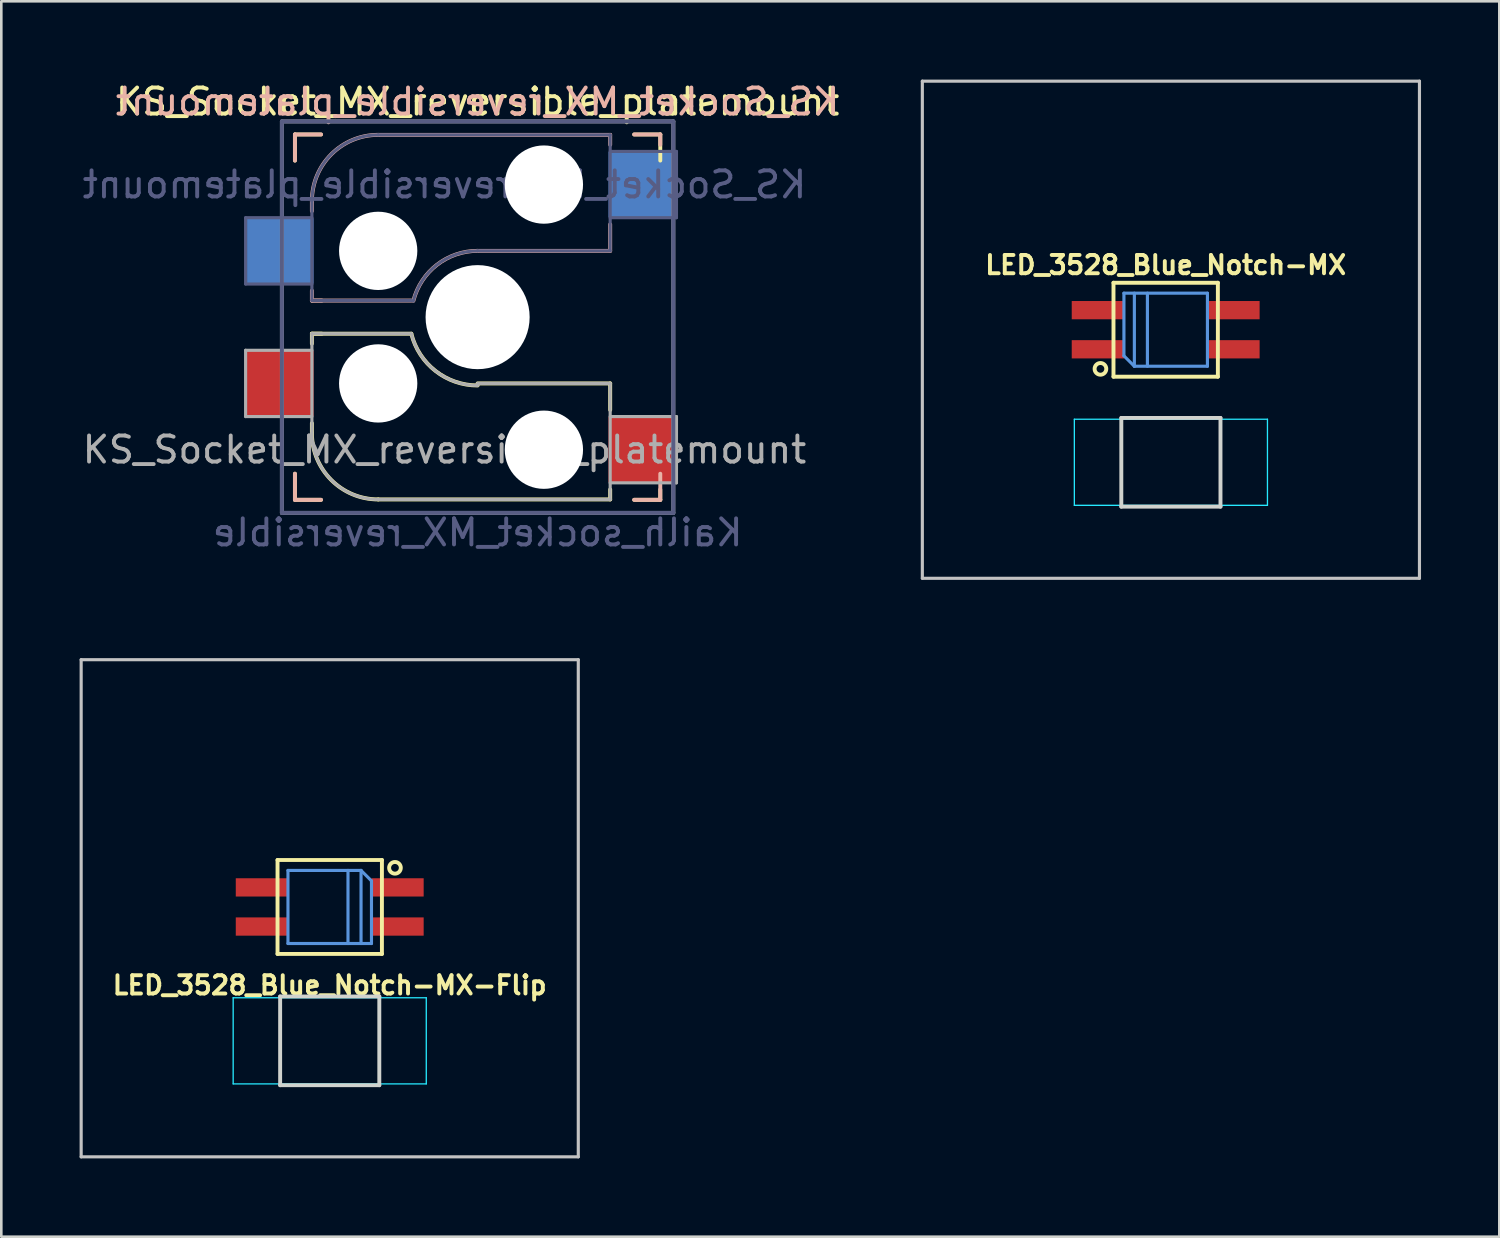
<source format=kicad_pcb>
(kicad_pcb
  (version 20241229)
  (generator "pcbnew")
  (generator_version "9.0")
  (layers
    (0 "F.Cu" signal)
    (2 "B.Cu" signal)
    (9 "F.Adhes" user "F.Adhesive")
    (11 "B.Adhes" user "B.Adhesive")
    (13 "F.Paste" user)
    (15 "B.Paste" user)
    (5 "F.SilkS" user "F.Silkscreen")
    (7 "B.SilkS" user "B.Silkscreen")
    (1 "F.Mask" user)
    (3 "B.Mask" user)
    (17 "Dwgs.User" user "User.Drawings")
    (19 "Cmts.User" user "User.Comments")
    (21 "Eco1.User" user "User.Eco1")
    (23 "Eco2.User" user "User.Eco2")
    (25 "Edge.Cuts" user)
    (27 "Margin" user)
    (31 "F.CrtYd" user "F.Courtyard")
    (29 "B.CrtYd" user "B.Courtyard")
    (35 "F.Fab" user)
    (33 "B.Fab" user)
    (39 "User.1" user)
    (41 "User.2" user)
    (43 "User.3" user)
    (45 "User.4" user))
  (footprint "KS_Socket_MX_reversible_platemount"
    (layer "F.Cu")
    (at 15.252 9.103)
    (property "Reference" "KS_Socket_MX_reversible_platemount" (at 0 -8.255 0) (layer "F.SilkS") (effects (font (size 1 1) (thickness 0.15))))
    (property "Value" "Kailh_socket_MX_reversible" (at 0 8.255 0) (layer "F.Fab") (hide yes) (effects (font (size 1 1) (thickness 0.15))))
    (attr smd)
    (fp_line (start -7 -7) (end -6 -7) (stroke (width 0.15) (type solid)) (layer "F.SilkS"))
    (fp_line (start -7 -6) (end -7 -7) (stroke (width 0.15) (type solid)) (layer "F.SilkS"))
    (fp_line (start -7 7) (end -7 6) (stroke (width 0.15) (type solid)) (layer "F.SilkS"))
    (fp_line (start -6.35 0.635) (end -5.969 0.635) (stroke (width 0.15) (type solid)) (layer "F.SilkS"))
    (fp_line (start -6.35 0.635) (end -2.54 0.635) (stroke (width 0.15) (type solid)) (layer "F.SilkS"))
    (fp_line (start -6.35 1.016) (end -6.35 0.635) (stroke (width 0.15) (type solid)) (layer "F.SilkS"))
    (fp_line (start -6.35 4.445) (end -6.35 4.064) (stroke (width 0.15) (type solid)) (layer "F.SilkS"))
    (fp_line (start -6 7) (end -7 7) (stroke (width 0.15) (type solid)) (layer "F.SilkS"))
    (fp_line (start 0 2.54) (end 5.08 2.54) (stroke (width 0.15) (type solid)) (layer "F.SilkS"))
    (fp_line (start 5.08 2.54) (end 5.08 3.556) (stroke (width 0.15) (type solid)) (layer "F.SilkS"))
    (fp_line (start 5.08 6.604) (end 5.08 6.985) (stroke (width 0.15) (type solid)) (layer "F.SilkS"))
    (fp_line (start 5.08 6.985) (end -3.81 6.985) (stroke (width 0.15) (type solid)) (layer "F.SilkS"))
    (fp_line (start 6 -7) (end 7 -7) (stroke (width 0.15) (type solid)) (layer "F.SilkS"))
    (fp_line (start 7 -7) (end 7 -6) (stroke (width 0.15) (type solid)) (layer "F.SilkS"))
    (fp_line (start 7 6.604) (end 7 7) (stroke (width 0.15) (type solid)) (layer "F.SilkS"))
    (fp_line (start 7 7) (end 6 7) (stroke (width 0.15) (type solid)) (layer "F.SilkS"))
    (fp_arc (start -3.81 6.985) (mid -5.606051 6.241051) (end -6.35 4.445) (stroke (width 0.15) (type solid)) (layer "F.SilkS"))
    (fp_arc (start -0.000001 2.618171) (mid -1.611255 2.063656) (end -2.539999 0.634999) (stroke (width 0.15) (type solid)) (layer "F.SilkS"))
    (fp_line (start -7 -7) (end -6 -7) (stroke (width 0.15) (type solid)) (layer "B.SilkS"))
    (fp_line (start -7 -6) (end -7 -7) (stroke (width 0.15) (type solid)) (layer "B.SilkS"))
    (fp_line (start -7 7) (end -7 6) (stroke (width 0.15) (type solid)) (layer "B.SilkS"))
    (fp_line (start -6.35 -4.445) (end -6.35 -4.064) (stroke (width 0.15) (type solid)) (layer "B.SilkS"))
    (fp_line (start -6.35 -1.016) (end -6.35 -0.635) (stroke (width 0.15) (type solid)) (layer "B.SilkS"))
    (fp_line (start -6.35 -0.635) (end -5.969 -0.635) (stroke (width 0.15) (type solid)) (layer "B.SilkS"))
    (fp_line (start -6.35 -0.635) (end -2.54 -0.635) (stroke (width 0.15) (type solid)) (layer "B.SilkS"))
    (fp_line (start -6 7) (end -7 7) (stroke (width 0.15) (type solid)) (layer "B.SilkS"))
    (fp_line (start 0 -2.54) (end 5.08 -2.54) (stroke (width 0.15) (type solid)) (layer "B.SilkS"))
    (fp_line (start 5.08 -6.985) (end -3.81 -6.985) (stroke (width 0.15) (type solid)) (layer "B.SilkS"))
    (fp_line (start 5.08 -6.604) (end 5.08 -6.985) (stroke (width 0.15) (type solid)) (layer "B.SilkS"))
    (fp_line (start 5.08 -2.54) (end 5.08 -3.556) (stroke (width 0.15) (type solid)) (layer "B.SilkS"))
    (fp_line (start 6 -7) (end 7 -7) (stroke (width 0.15) (type solid)) (layer "B.SilkS"))
    (fp_line (start 7 -7) (end 7 -6.604) (stroke (width 0.15) (type solid)) (layer "B.SilkS"))
    (fp_line (start 7 6) (end 7 7) (stroke (width 0.15) (type solid)) (layer "B.SilkS"))
    (fp_line (start 7 7) (end 6 7) (stroke (width 0.15) (type solid)) (layer "B.SilkS"))
    (fp_arc (start -6.35 -4.445) (mid -5.606051 -6.241051) (end -3.81 -6.985) (stroke (width 0.15) (type solid)) (layer "B.SilkS"))
    (fp_arc (start -2.461268 -0.627503) (mid -1.558484 -2.005674) (end 0 -2.54) (stroke (width 0.15) (type solid)) (layer "B.SilkS"))
    (fp_line (start -6.9 6.9) (end -6.9 -6.9) (stroke (width 0.15) (type solid)) (layer "Eco2.User"))
    (fp_line (start -6.9 6.9) (end 6.9 6.9) (stroke (width 0.15) (type solid)) (layer "Eco2.User"))
    (fp_line (start 6.9 -6.9) (end -6.9 -6.9) (stroke (width 0.15) (type solid)) (layer "Eco2.User"))
    (fp_line (start 6.9 -6.9) (end 6.9 6.9) (stroke (width 0.15) (type solid)) (layer "Eco2.User"))
    (fp_line (start -8.89 -3.81) (end -8.89 -1.27) (stroke (width 0.12) (type solid)) (layer "B.Fab"))
    (fp_line (start -8.89 -1.27) (end -6.35 -1.27) (stroke (width 0.12) (type solid)) (layer "B.Fab"))
    (fp_line (start -7.5 -7.5) (end 7.5 -7.5) (stroke (width 0.15) (type solid)) (layer "B.Fab"))
    (fp_line (start -7.5 7.5) (end -7.5 -7.5) (stroke (width 0.15) (type solid)) (layer "B.Fab"))
    (fp_line (start -6.35 -4.445) (end -6.35 -0.635) (stroke (width 0.12) (type solid)) (layer "B.Fab"))
    (fp_line (start -6.35 -3.81) (end -8.89 -3.81) (stroke (width 0.12) (type solid)) (layer "B.Fab"))
    (fp_line (start -6.35 -0.635) (end -2.54 -0.635) (stroke (width 0.12) (type solid)) (layer "B.Fab"))
    (fp_line (start 0 -2.54) (end 5.08 -2.54) (stroke (width 0.12) (type solid)) (layer "B.Fab"))
    (fp_line (start 5.08 -6.985) (end -3.81 -6.985) (stroke (width 0.12) (type solid)) (layer "B.Fab"))
    (fp_line (start 5.08 -3.81) (end 7.62 -3.81) (stroke (width 0.12) (type solid)) (layer "B.Fab"))
    (fp_line (start 5.08 -2.54) (end 5.08 -6.985) (stroke (width 0.12) (type solid)) (layer "B.Fab"))
    (fp_line (start 7.5 -7.5) (end 7.5 7.5) (stroke (width 0.15) (type solid)) (layer "B.Fab"))
    (fp_line (start 7.5 7.5) (end -7.5 7.5) (stroke (width 0.15) (type solid)) (layer "B.Fab"))
    (fp_line (start 7.62 -6.35) (end 5.08 -6.35) (stroke (width 0.12) (type solid)) (layer "B.Fab"))
    (fp_line (start 7.62 -3.81) (end 7.62 -6.35) (stroke (width 0.12) (type solid)) (layer "B.Fab"))
    (fp_arc (start -6.35 -4.445) (mid -5.606051 -6.241051) (end -3.81 -6.985) (stroke (width 0.12) (type solid)) (layer "B.Fab"))
    (fp_arc (start -2.464162 -0.61604) (mid -1.563147 -2.002042) (end 0 -2.54) (stroke (width 0.12) (type solid)) (layer "B.Fab"))
    (fp_line (start -8.89 1.27) (end -8.89 3.81) (stroke (width 0.12) (type solid)) (layer "F.Fab"))
    (fp_line (start -8.89 3.81) (end -6.35 3.81) (stroke (width 0.12) (type solid)) (layer "F.Fab"))
    (fp_line (start -7.5 -7.5) (end 7.5 -7.5) (stroke (width 0.15) (type solid)) (layer "F.Fab"))
    (fp_line (start -7.5 7.5) (end -7.5 -7.5) (stroke (width 0.15) (type solid)) (layer "F.Fab"))
    (fp_line (start -6.35 0.635) (end -6.35 4.445) (stroke (width 0.12) (type solid)) (layer "F.Fab"))
    (fp_line (start -6.35 1.27) (end -8.89 1.27) (stroke (width 0.12) (type solid)) (layer "F.Fab"))
    (fp_line (start -3.81 6.985) (end 5.08 6.985) (stroke (width 0.12) (type solid)) (layer "F.Fab"))
    (fp_line (start -2.54 0.635) (end -6.35 0.635) (stroke (width 0.12) (type solid)) (layer "F.Fab"))
    (fp_line (start 5.08 2.54) (end 0 2.54) (stroke (width 0.12) (type solid)) (layer "F.Fab"))
    (fp_line (start 5.08 6.35) (end 7.62 6.35) (stroke (width 0.12) (type solid)) (layer "F.Fab"))
    (fp_line (start 5.08 6.985) (end 5.08 2.54) (stroke (width 0.12) (type solid)) (layer "F.Fab"))
    (fp_line (start 7.5 -7.5) (end 7.5 7.5) (stroke (width 0.15) (type solid)) (layer "F.Fab"))
    (fp_line (start 7.5 7.5) (end -7.5 7.5) (stroke (width 0.15) (type solid)) (layer "F.Fab"))
    (fp_line (start 7.62 3.81) (end 5.08 3.81) (stroke (width 0.12) (type solid)) (layer "F.Fab"))
    (fp_line (start 7.62 6.35) (end 7.62 3.81) (stroke (width 0.12) (type solid)) (layer "F.Fab"))
    (fp_arc (start -3.81 6.985) (mid -5.606051 6.241051) (end -6.35 4.445) (stroke (width 0.12) (type solid)) (layer "F.Fab"))
    (fp_arc (start -0.000001 2.618171) (mid -1.611255 2.063656) (end -2.539999 0.634999) (stroke (width 0.12) (type solid)) (layer "F.Fab"))
    (fp_text user "${REFERENCE}" (at 0 -8.255 0) (layer "B.SilkS") (effects (font (size 1 1) (thickness 0.15)) (justify mirror)))
    (fp_text user "${VALUE}" (at 0 8.255 0) (layer "B.Fab") (effects (font (size 1 1) (thickness 0.15)) (justify mirror)))
    (fp_text user "${REFERENCE}" (at -1.27 -5.08 0) (layer "B.Fab") (effects (font (size 1 1) (thickness 0.15)) (justify mirror)))
    (fp_text user "${REFERENCE}" (at -1.27 5.08 0) (layer "F.Fab") (effects (font (size 1 1) (thickness 0.15))))
    (pad "" np_thru_hole circle (at -3.81 -2.54) (size 3 3) (drill 3) (layers "*.Cu" "*.Mask"))
    (pad "" np_thru_hole circle (at -3.81 2.54) (size 3 3) (drill 3) (layers "*.Cu" "*.Mask"))
    (pad "" np_thru_hole circle (at 0 0) (size 3.988 3.988) (drill 3.988) (layers "*.Cu" "*.Mask"))
    (pad "" np_thru_hole circle (at 2.54 -5.08) (size 3 3) (drill 3) (layers "*.Cu" "*.Mask"))
    (pad "" np_thru_hole circle (at 2.54 5.08) (size 3 3) (drill 3) (layers "*.Cu" "*.Mask"))
    (pad "1" smd rect (at 6.29 -5.08) (size 2.55 2.5) (layers "B.Cu" "B.Mask" "B.Paste"))
    (pad "1" smd rect (at 6.29 5.08) (size 2.55 2.5) (layers "F.Cu" "F.Mask" "F.Paste"))
    (pad "2" smd rect (at -7.56 -2.54) (size 2.55 2.5) (layers "B.Cu" "B.Mask" "B.Paste"))
    (pad "2" smd rect (at -7.56 2.54) (size 2.55 2.5) (layers "F.Cu" "F.Mask" "F.Paste")))
  (footprint "LED_3528_Blue_Notch-MX"
    (layer "F.Cu")
    (at 41.819 9.585)
    (property "Reference" "LED_3528_Blue_Notch-MX" (at -0.2 -2.48 180) (layer "F.SilkS") (effects (font (size 0.7 0.7) (thickness 0.15))))
    (attr smd)
    (fp_line (start -2.2 -1.8) (end 1.8 -1.8) (stroke (width 0.15) (type solid)) (layer "F.SilkS"))
    (fp_line (start -2.2 1.8) (end -2.2 -1.8) (stroke (width 0.15) (type solid)) (layer "F.SilkS"))
    (fp_line (start 1.8 -1.8) (end 1.8 1.8) (stroke (width 0.15) (type solid)) (layer "F.SilkS"))
    (fp_line (start 1.8 1.8) (end -2.2 1.8) (stroke (width 0.15) (type solid)) (layer "F.SilkS"))
    (fp_circle (center -2.7 1.5) (end -2.8 1.3) (stroke (width 0.15) (type solid)) (fill no) (layer "F.SilkS"))
    (fp_line (start -9.525 -9.525) (end -9.525 9.525) (stroke (width 0.12) (type solid)) (layer "Dwgs.User"))
    (fp_line (start 9.525 -9.525) (end -9.525 -9.525) (stroke (width 0.12) (type solid)) (layer "Dwgs.User"))
    (fp_line (start 9.525 -9.525) (end 9.525 9.525) (stroke (width 0.12) (type solid)) (layer "Dwgs.User"))
    (fp_line (start 9.525 9.525) (end -9.525 9.525) (stroke (width 0.12) (type solid)) (layer "Dwgs.User"))
    (fp_line (start -1.8 -1.4) (end -1.8 1) (stroke (width 0.12) (type solid)) (layer "Cmts.User"))
    (fp_line (start -1.8 1) (end -1.4 1.4) (stroke (width 0.12) (type solid)) (layer "Cmts.User"))
    (fp_line (start -1.4 1.4) (end -1.4 -1.4) (stroke (width 0.12) (type solid)) (layer "Cmts.User"))
    (fp_line (start -1.4 1.4) (end 1.4 1.4) (stroke (width 0.12) (type solid)) (layer "Cmts.User"))
    (fp_line (start -0.9 -1.4) (end -0.9 1.4) (stroke (width 0.12) (type solid)) (layer "Cmts.User"))
    (fp_line (start 1.4 -1.4) (end -1.8 -1.4) (stroke (width 0.12) (type solid)) (layer "Cmts.User"))
    (fp_line (start 1.4 1.4) (end 1.4 -1.4) (stroke (width 0.12) (type solid)) (layer "Cmts.User"))
    (fp_line (start -1.9 3.38) (end -1.9 6.78) (stroke (width 0.15) (type solid)) (layer "Edge.Cuts"))
    (fp_line (start 1.9 3.38) (end -1.9 3.38) (stroke (width 0.15) (type solid)) (layer "Edge.Cuts"))
    (fp_line (start 1.9 3.38) (end 1.9 6.78) (stroke (width 0.15) (type solid)) (layer "Edge.Cuts"))
    (fp_line (start 1.9 6.78) (end -1.9 6.78) (stroke (width 0.15) (type solid)) (layer "Edge.Cuts"))
    (fp_line (start -3.7 3.43) (end 3.7 3.43) (stroke (width 0.05) (type solid)) (layer "B.CrtYd"))
    (fp_line (start -3.7 6.73) (end -3.7 3.43) (stroke (width 0.05) (type solid)) (layer "B.CrtYd"))
    (fp_line (start 3.7 3.43) (end 3.7 6.73) (stroke (width 0.05) (type solid)) (layer "B.CrtYd"))
    (fp_line (start 3.7 6.73) (end -3.7 6.73) (stroke (width 0.05) (type solid)) (layer "B.CrtYd"))
    (pad "1" smd rect (at -2.8 0.75 180) (size 2 0.7) (layers "F.Cu" "F.Mask" "F.Paste"))
    (pad "2" smd rect (at 2.4 0.75 180) (size 2 0.7) (layers "F.Cu" "F.Mask" "F.Paste"))
    (pad "3" smd rect (at -2.8 -0.75 180) (size 2 0.7) (layers "F.Cu" "F.Mask" "F.Paste"))
    (pad "4" smd rect (at 2.4 -0.75 180) (size 2 0.7) (layers "F.Cu" "F.Mask" "F.Paste")))
  (footprint "LED_3528_Blue_Notch-MX-Flip"
    (layer "F.Cu")
    (at 9.585 31.755)
    (property "Reference" "LED_3528_Blue_Notch-MX-Flip" (at 0 2.95 0) (layer "F.SilkS") (effects (font (size 0.7 0.7) (thickness 0.15))))
    (attr smd)
    (fp_line (start -2 -1.85) (end 2 -1.85) (stroke (width 0.15) (type solid)) (layer "F.SilkS"))
    (fp_line (start -2 1.75) (end -2 -1.85) (stroke (width 0.15) (type solid)) (layer "F.SilkS"))
    (fp_line (start 2 -1.85) (end 2 1.75) (stroke (width 0.15) (type solid)) (layer "F.SilkS"))
    (fp_line (start 2 1.75) (end -2 1.75) (stroke (width 0.15) (type solid)) (layer "F.SilkS"))
    (fp_circle (center 2.5 -1.55) (end 2.6 -1.35) (stroke (width 0.15) (type solid)) (fill no) (layer "F.SilkS"))
    (fp_line (start -9.525 -9.525) (end -9.525 9.525) (stroke (width 0.12) (type solid)) (layer "Dwgs.User"))
    (fp_line (start 9.525 -9.525) (end -9.525 -9.525) (stroke (width 0.12) (type solid)) (layer "Dwgs.User"))
    (fp_line (start 9.525 -9.525) (end 9.525 9.525) (stroke (width 0.12) (type solid)) (layer "Dwgs.User"))
    (fp_line (start 9.525 9.525) (end -9.525 9.525) (stroke (width 0.12) (type solid)) (layer "Dwgs.User"))
    (fp_line (start -1.6 -1.45) (end -1.6 1.35) (stroke (width 0.12) (type solid)) (layer "Cmts.User"))
    (fp_line (start -1.6 1.35) (end 1.6 1.35) (stroke (width 0.12) (type solid)) (layer "Cmts.User"))
    (fp_line (start 0.7 1.35) (end 0.7 -1.45) (stroke (width 0.12) (type solid)) (layer "Cmts.User"))
    (fp_line (start 1.2 -1.45) (end -1.6 -1.45) (stroke (width 0.12) (type solid)) (layer "Cmts.User"))
    (fp_line (start 1.2 -1.45) (end 1.2 1.35) (stroke (width 0.12) (type solid)) (layer "Cmts.User"))
    (fp_line (start 1.6 -1.05) (end 1.2 -1.45) (stroke (width 0.12) (type solid)) (layer "Cmts.User"))
    (fp_line (start 1.6 1.35) (end 1.6 -1.05) (stroke (width 0.12) (type solid)) (layer "Cmts.User"))
    (fp_line (start -1.9 3.38) (end 1.9 3.38) (stroke (width 0.15) (type solid)) (layer "Edge.Cuts"))
    (fp_line (start -1.9 6.78) (end -1.9 3.38) (stroke (width 0.15) (type solid)) (layer "Edge.Cuts"))
    (fp_line (start -1.9 6.78) (end 1.9 6.78) (stroke (width 0.15) (type solid)) (layer "Edge.Cuts"))
    (fp_line (start 1.9 6.78) (end 1.9 3.38) (stroke (width 0.15) (type solid)) (layer "Edge.Cuts"))
    (fp_line (start -3.7 3.43) (end 3.7 3.43) (stroke (width 0.05) (type solid)) (layer "B.CrtYd"))
    (fp_line (start -3.7 6.73) (end -3.7 3.43) (stroke (width 0.05) (type solid)) (layer "B.CrtYd"))
    (fp_line (start 3.7 3.43) (end 3.7 6.73) (stroke (width 0.05) (type solid)) (layer "B.CrtYd"))
    (fp_line (start 3.7 6.73) (end -3.7 6.73) (stroke (width 0.05) (type solid)) (layer "B.CrtYd"))
    (pad "1" smd rect (at 2.6 -0.8) (size 2 0.7) (layers "F.Cu" "F.Mask" "F.Paste"))
    (pad "2" smd rect (at -2.6 -0.8) (size 2 0.7) (layers "F.Cu" "F.Mask" "F.Paste"))
    (pad "3" smd rect (at 2.6 0.7) (size 2 0.7) (layers "F.Cu" "F.Mask" "F.Paste"))
    (pad "4" smd rect (at -2.6 0.7) (size 2 0.7) (layers "F.Cu" "F.Mask" "F.Paste")))
  (gr_rect
    (start -3 -3)
    (end 54.404 44.34)
    (stroke (width 0.1) (type default))
    (fill no)
    (layer "Edge.Cuts")))
</source>
